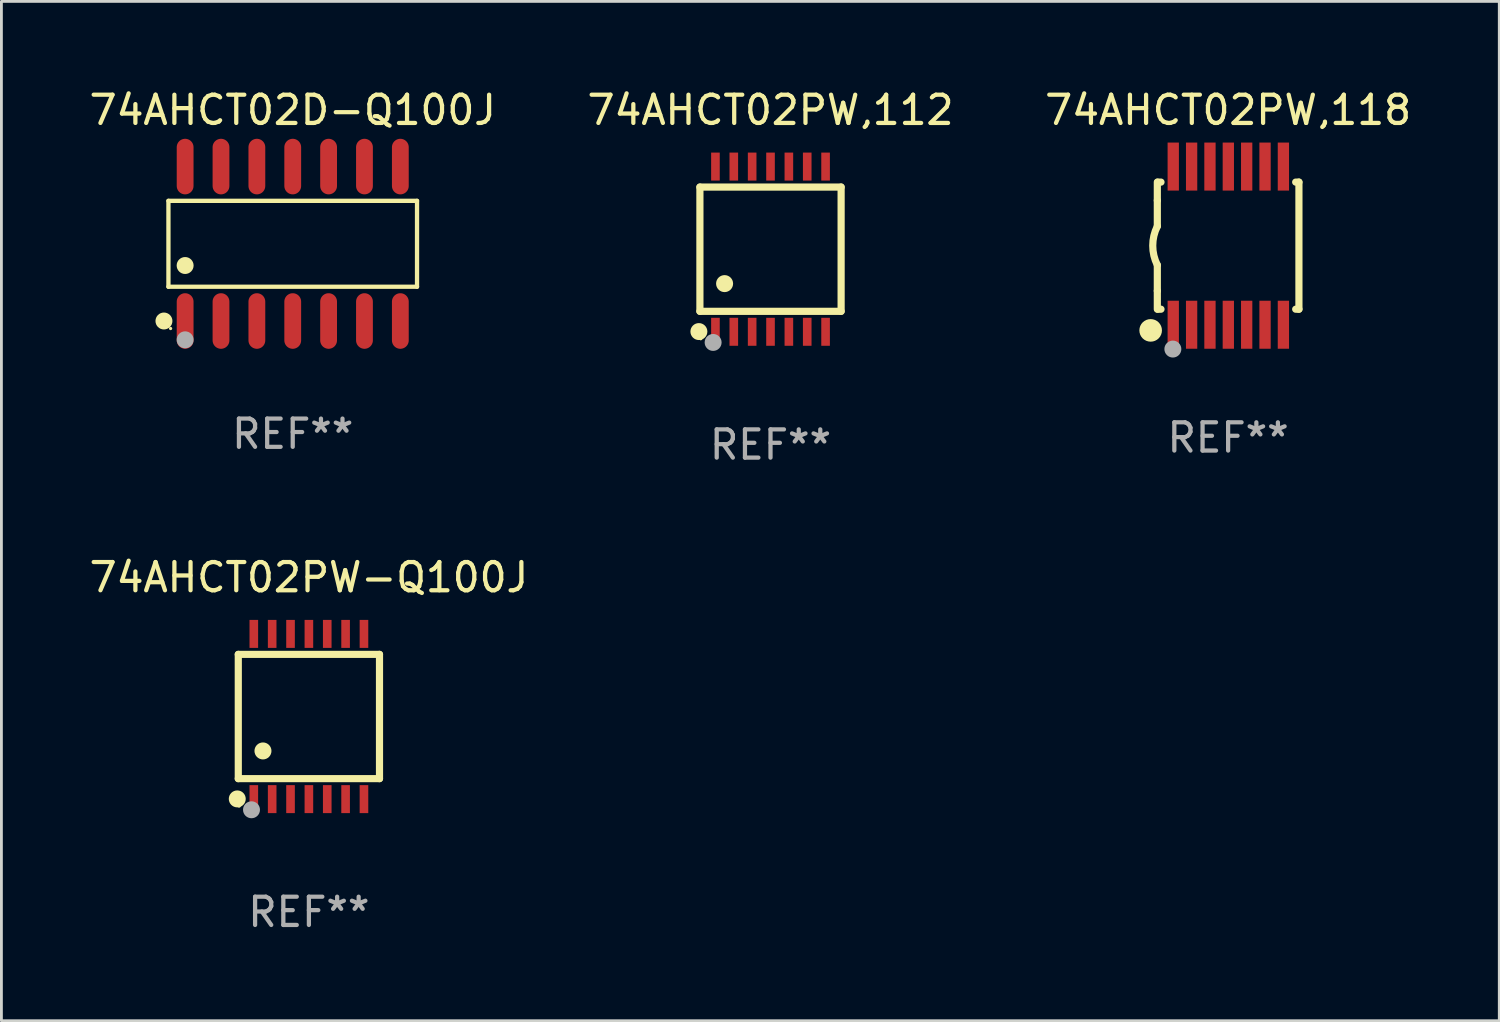
<source format=kicad_pcb>
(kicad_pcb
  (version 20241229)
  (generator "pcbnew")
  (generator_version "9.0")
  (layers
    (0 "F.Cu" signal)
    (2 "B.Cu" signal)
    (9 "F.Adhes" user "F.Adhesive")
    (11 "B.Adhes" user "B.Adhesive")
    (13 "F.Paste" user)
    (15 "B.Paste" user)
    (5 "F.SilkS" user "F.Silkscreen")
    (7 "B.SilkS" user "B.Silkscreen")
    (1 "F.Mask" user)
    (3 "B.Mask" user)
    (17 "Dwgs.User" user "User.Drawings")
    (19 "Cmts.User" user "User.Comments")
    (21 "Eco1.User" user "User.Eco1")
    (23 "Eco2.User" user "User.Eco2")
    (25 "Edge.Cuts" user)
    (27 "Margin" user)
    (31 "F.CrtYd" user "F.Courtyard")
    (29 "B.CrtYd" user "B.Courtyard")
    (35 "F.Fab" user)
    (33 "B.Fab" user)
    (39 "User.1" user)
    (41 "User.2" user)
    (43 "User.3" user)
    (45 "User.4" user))
  (footprint "74AHCT02PW,118"
    (layer "F.Cu")
    (at 40.435 5.648)
    (property "Reference" "74AHCT02PW,118" (at 0 -4.8 0) (layer "F.SilkS") (effects (font (size 1 1) (thickness 0.15))))
    (attr through_hole)
    (fp_line (start -2.507 -1.6) (end -2.507 -2.25) (stroke (width 0.254) (type solid)) (layer "F.SilkS"))
    (fp_line (start -2.507 -0.686) (end -2.507 -1.6) (stroke (width 0.254) (type solid)) (layer "F.SilkS"))
    (fp_line (start -2.507 1.6) (end -2.507 0.686) (stroke (width 0.254) (type solid)) (layer "F.SilkS"))
    (fp_line (start -2.507 1.6) (end -2.507 2.25) (stroke (width 0.254) (type solid)) (layer "F.SilkS"))
    (fp_line (start -2.493 -2.25) (end -2.377 -2.25) (stroke (width 0.254) (type solid)) (layer "F.SilkS"))
    (fp_line (start -2.377 2.25) (end -2.493 2.25) (stroke (width 0.254) (type solid)) (layer "F.SilkS"))
    (fp_line (start 2.392 -2.25) (end 2.507 -2.25) (stroke (width 0.254) (type solid)) (layer "F.SilkS"))
    (fp_line (start 2.507 -2.25) (end 2.507 2.25) (stroke (width 0.254) (type solid)) (layer "F.SilkS"))
    (fp_line (start 2.507 2.25) (end 2.392 2.25) (stroke (width 0.254) (type solid)) (layer "F.SilkS"))
    (fp_arc (start -2.507303 0.685802) (mid -2.669199 0) (end -2.507303 -0.685801) (stroke (width 0.254001) (type solid)) (layer "F.SilkS"))
    (fp_circle (center -2.743 3) (end -2.543 3) (stroke (width 0.4) (type solid)) (fill no) (layer "F.SilkS"))
    (fp_circle (center -2.493 3.2) (end -2.463 3.2) (stroke (width 0.06) (type solid)) (fill no) (layer "F.SilkS"))
    (fp_circle (center -1.957 3.662) (end -1.807 3.662) (stroke (width 0.3) (type solid)) (fill no) (layer "F.Fab"))
    (fp_text user "REF**" (at 0 6.8 0) (layer "F.Fab") (effects (font (size 1 1) (thickness 0.15))))
    (pad "1" smd rect (at -1.943 2.8) (size 0.4 1.7) (layers "F.Cu" "F.Mask" "F.Paste"))
    (pad "2" smd rect (at -1.293 2.8) (size 0.4 1.7) (layers "F.Cu" "F.Mask" "F.Paste"))
    (pad "3" smd rect (at -0.643 2.8) (size 0.4 1.7) (layers "F.Cu" "F.Mask" "F.Paste"))
    (pad "4" smd rect (at 0.007 2.8) (size 0.4 1.7) (layers "F.Cu" "F.Mask" "F.Paste"))
    (pad "5" smd rect (at 0.657 2.8) (size 0.4 1.7) (layers "F.Cu" "F.Mask" "F.Paste"))
    (pad "6" smd rect (at 1.307 2.8) (size 0.4 1.7) (layers "F.Cu" "F.Mask" "F.Paste"))
    (pad "7" smd rect (at 1.957 2.8) (size 0.4 1.7) (layers "F.Cu" "F.Mask" "F.Paste"))
    (pad "8" smd rect (at 1.957 -2.8) (size 0.4 1.7) (layers "F.Cu" "F.Mask" "F.Paste"))
    (pad "9" smd rect (at 1.307 -2.8) (size 0.4 1.7) (layers "F.Cu" "F.Mask" "F.Paste"))
    (pad "10" smd rect (at 0.657 -2.8) (size 0.4 1.7) (layers "F.Cu" "F.Mask" "F.Paste"))
    (pad "11" smd rect (at 0.007 -2.8) (size 0.4 1.7) (layers "F.Cu" "F.Mask" "F.Paste"))
    (pad "12" smd rect (at -0.643 -2.8) (size 0.4 1.7) (layers "F.Cu" "F.Mask" "F.Paste"))
    (pad "13" smd rect (at -1.293 -2.8) (size 0.4 1.7) (layers "F.Cu" "F.Mask" "F.Paste"))
    (pad "14" smd rect (at -1.943 -2.8) (size 0.4 1.7) (layers "F.Cu" "F.Mask" "F.Paste")))
  (footprint "74AHCT02PW-Q100J"
    (layer "F.Cu")
    (at 7.887 22.32)
    (property "Reference" "74AHCT02PW-Q100J" (at 0 -4.925 0) (layer "F.SilkS") (effects (font (size 1 1) (thickness 0.15))))
    (attr through_hole)
    (fp_line (start -2.5 2.2) (end -2.5 -2.2) (stroke (width 0.254) (type solid)) (layer "F.SilkS"))
    (fp_line (start -2.5 2.2) (end 2.5 2.2) (stroke (width 0.254) (type solid)) (layer "F.SilkS"))
    (fp_line (start 2.5 -2.2) (end -2.5 -2.2) (stroke (width 0.254) (type solid)) (layer "F.SilkS"))
    (fp_line (start 2.5 -2.2) (end 2.5 2.2) (stroke (width 0.254) (type solid)) (layer "F.SilkS"))
    (fp_circle (center -2.536 2.917) (end -2.386 2.917) (stroke (width 0.3) (type solid)) (fill no) (layer "F.SilkS"))
    (fp_circle (center -2.47 3.17) (end -2.44 3.17) (stroke (width 0.06) (type solid)) (fill no) (layer "F.SilkS"))
    (fp_circle (center -1.626 1.219) (end -1.475 1.219) (stroke (width 0.3) (type solid)) (fill no) (layer "F.SilkS"))
    (fp_circle (center -2.032 3.302) (end -1.882 3.302) (stroke (width 0.3) (type solid)) (fill no) (layer "F.Fab"))
    (fp_text user "REF**" (at 0 6.925 0) (layer "F.Fab") (effects (font (size 1 1) (thickness 0.15))))
    (pad "1" smd rect (at -1.95 2.925) (size 0.305 0.991) (layers "F.Cu" "F.Mask" "F.Paste"))
    (pad "2" smd rect (at -1.3 2.925) (size 0.305 0.991) (layers "F.Cu" "F.Mask" "F.Paste"))
    (pad "3" smd rect (at -0.65 2.925) (size 0.305 0.991) (layers "F.Cu" "F.Mask" "F.Paste"))
    (pad "4" smd rect (at 0 2.925) (size 0.305 0.991) (layers "F.Cu" "F.Mask" "F.Paste"))
    (pad "5" smd rect (at 0.65 2.925) (size 0.305 0.991) (layers "F.Cu" "F.Mask" "F.Paste"))
    (pad "6" smd rect (at 1.3 2.925) (size 0.305 0.991) (layers "F.Cu" "F.Mask" "F.Paste"))
    (pad "7" smd rect (at 1.95 2.925) (size 0.305 0.991) (layers "F.Cu" "F.Mask" "F.Paste"))
    (pad "8" smd rect (at 1.95 -2.925) (size 0.305 0.991) (layers "F.Cu" "F.Mask" "F.Paste"))
    (pad "9" smd rect (at 1.3 -2.925) (size 0.305 0.991) (layers "F.Cu" "F.Mask" "F.Paste"))
    (pad "10" smd rect (at 0.65 -2.925) (size 0.305 0.991) (layers "F.Cu" "F.Mask" "F.Paste"))
    (pad "11" smd rect (at 0 -2.925) (size 0.305 0.991) (layers "F.Cu" "F.Mask" "F.Paste"))
    (pad "12" smd rect (at -0.65 -2.925) (size 0.305 0.991) (layers "F.Cu" "F.Mask" "F.Paste"))
    (pad "13" smd rect (at -1.3 -2.925) (size 0.305 0.991) (layers "F.Cu" "F.Mask" "F.Paste"))
    (pad "14" smd rect (at -1.95 -2.925) (size 0.305 0.991) (layers "F.Cu" "F.Mask" "F.Paste")))
  (footprint "74AHCT02D-Q100J"
    (layer "F.Cu")
    (at 7.315 5.582)
    (property "Reference" "74AHCT02D-Q100J" (at 0 -4.734 0) (layer "F.SilkS") (effects (font (size 1 1) (thickness 0.15))))
    (attr through_hole)
    (fp_line (start -4.401 -1.521) (end 4.401 -1.521) (stroke (width 0.152) (type solid)) (layer "F.SilkS"))
    (fp_line (start -4.401 1.521) (end -4.401 -1.521) (stroke (width 0.152) (type solid)) (layer "F.SilkS"))
    (fp_line (start 4.401 -1.521) (end 4.401 1.521) (stroke (width 0.152) (type solid)) (layer "F.SilkS"))
    (fp_line (start 4.401 1.521) (end -4.401 1.521) (stroke (width 0.152) (type solid)) (layer "F.SilkS"))
    (fp_circle (center -4.56 2.734) (end -4.41 2.734) (stroke (width 0.3) (type solid)) (fill no) (layer "F.SilkS"))
    (fp_circle (center -4.325 3) (end -4.295 3) (stroke (width 0.06) (type solid)) (fill no) (layer "F.SilkS"))
    (fp_circle (center -3.81 0.769) (end -3.66 0.769) (stroke (width 0.3) (type solid)) (fill no) (layer "F.SilkS"))
    (fp_circle (center -3.81 3.4) (end -3.66 3.4) (stroke (width 0.3) (type solid)) (fill no) (layer "F.Fab"))
    (fp_text user "REF**" (at 0 6.734 0) (layer "F.Fab") (effects (font (size 1 1) (thickness 0.15))))
    (pad "1" smd oval (at -3.81 2.734) (size 0.595 1.968) (layers "F.Cu" "F.Mask" "F.Paste"))
    (pad "2" smd oval (at -2.54 2.734) (size 0.595 1.968) (layers "F.Cu" "F.Mask" "F.Paste"))
    (pad "3" smd oval (at -1.27 2.734) (size 0.595 1.968) (layers "F.Cu" "F.Mask" "F.Paste"))
    (pad "4" smd oval (at 0 2.734) (size 0.595 1.968) (layers "F.Cu" "F.Mask" "F.Paste"))
    (pad "5" smd oval (at 1.27 2.734) (size 0.595 1.968) (layers "F.Cu" "F.Mask" "F.Paste"))
    (pad "6" smd oval (at 2.54 2.734) (size 0.595 1.968) (layers "F.Cu" "F.Mask" "F.Paste"))
    (pad "7" smd oval (at 3.81 2.734) (size 0.595 1.968) (layers "F.Cu" "F.Mask" "F.Paste"))
    (pad "8" smd oval (at 3.81 -2.734) (size 0.595 1.968) (layers "F.Cu" "F.Mask" "F.Paste"))
    (pad "9" smd oval (at 2.54 -2.734) (size 0.595 1.968) (layers "F.Cu" "F.Mask" "F.Paste"))
    (pad "10" smd oval (at 1.27 -2.734) (size 0.595 1.968) (layers "F.Cu" "F.Mask" "F.Paste"))
    (pad "11" smd oval (at 0 -2.734) (size 0.595 1.968) (layers "F.Cu" "F.Mask" "F.Paste"))
    (pad "12" smd oval (at -1.27 -2.734) (size 0.595 1.968) (layers "F.Cu" "F.Mask" "F.Paste"))
    (pad "13" smd oval (at -2.54 -2.734) (size 0.595 1.968) (layers "F.Cu" "F.Mask" "F.Paste"))
    (pad "14" smd oval (at -3.81 -2.734) (size 0.595 1.968) (layers "F.Cu" "F.Mask" "F.Paste")))
  (footprint "74AHCT02PW,112"
    (layer "F.Cu")
    (at 24.232 5.773)
    (property "Reference" "74AHCT02PW,112" (at 0 -4.925 0) (layer "F.SilkS") (effects (font (size 1 1) (thickness 0.15))))
    (attr through_hole)
    (fp_line (start -2.5 2.2) (end -2.5 -2.2) (stroke (width 0.254) (type solid)) (layer "F.SilkS"))
    (fp_line (start -2.5 2.2) (end 2.5 2.2) (stroke (width 0.254) (type solid)) (layer "F.SilkS"))
    (fp_line (start 2.5 -2.2) (end -2.5 -2.2) (stroke (width 0.254) (type solid)) (layer "F.SilkS"))
    (fp_line (start 2.5 -2.2) (end 2.5 2.2) (stroke (width 0.254) (type solid)) (layer "F.SilkS"))
    (fp_circle (center -2.536 2.917) (end -2.386 2.917) (stroke (width 0.3) (type solid)) (fill no) (layer "F.SilkS"))
    (fp_circle (center -2.47 3.17) (end -2.44 3.17) (stroke (width 0.06) (type solid)) (fill no) (layer "F.SilkS"))
    (fp_circle (center -1.626 1.219) (end -1.475 1.219) (stroke (width 0.3) (type solid)) (fill no) (layer "F.SilkS"))
    (fp_circle (center -2.032 3.302) (end -1.882 3.302) (stroke (width 0.3) (type solid)) (fill no) (layer "F.Fab"))
    (fp_text user "REF**" (at 0 6.925 0) (layer "F.Fab") (effects (font (size 1 1) (thickness 0.15))))
    (pad "1" smd rect (at -1.95 2.925) (size 0.305 0.991) (layers "F.Cu" "F.Mask" "F.Paste"))
    (pad "2" smd rect (at -1.3 2.925) (size 0.305 0.991) (layers "F.Cu" "F.Mask" "F.Paste"))
    (pad "3" smd rect (at -0.65 2.925) (size 0.305 0.991) (layers "F.Cu" "F.Mask" "F.Paste"))
    (pad "4" smd rect (at 0 2.925) (size 0.305 0.991) (layers "F.Cu" "F.Mask" "F.Paste"))
    (pad "5" smd rect (at 0.65 2.925) (size 0.305 0.991) (layers "F.Cu" "F.Mask" "F.Paste"))
    (pad "6" smd rect (at 1.3 2.925) (size 0.305 0.991) (layers "F.Cu" "F.Mask" "F.Paste"))
    (pad "7" smd rect (at 1.95 2.925) (size 0.305 0.991) (layers "F.Cu" "F.Mask" "F.Paste"))
    (pad "8" smd rect (at 1.95 -2.925) (size 0.305 0.991) (layers "F.Cu" "F.Mask" "F.Paste"))
    (pad "9" smd rect (at 1.3 -2.925) (size 0.305 0.991) (layers "F.Cu" "F.Mask" "F.Paste"))
    (pad "10" smd rect (at 0.65 -2.925) (size 0.305 0.991) (layers "F.Cu" "F.Mask" "F.Paste"))
    (pad "11" smd rect (at 0 -2.925) (size 0.305 0.991) (layers "F.Cu" "F.Mask" "F.Paste"))
    (pad "12" smd rect (at -0.65 -2.925) (size 0.305 0.991) (layers "F.Cu" "F.Mask" "F.Paste"))
    (pad "13" smd rect (at -1.3 -2.925) (size 0.305 0.991) (layers "F.Cu" "F.Mask" "F.Paste"))
    (pad "14" smd rect (at -1.95 -2.925) (size 0.305 0.991) (layers "F.Cu" "F.Mask" "F.Paste")))
  (gr_rect
    (start -3 -3)
    (end 50.036 33.093)
    (stroke (width 0.1) (type default))
    (fill no)
    (layer "Edge.Cuts")))
</source>
